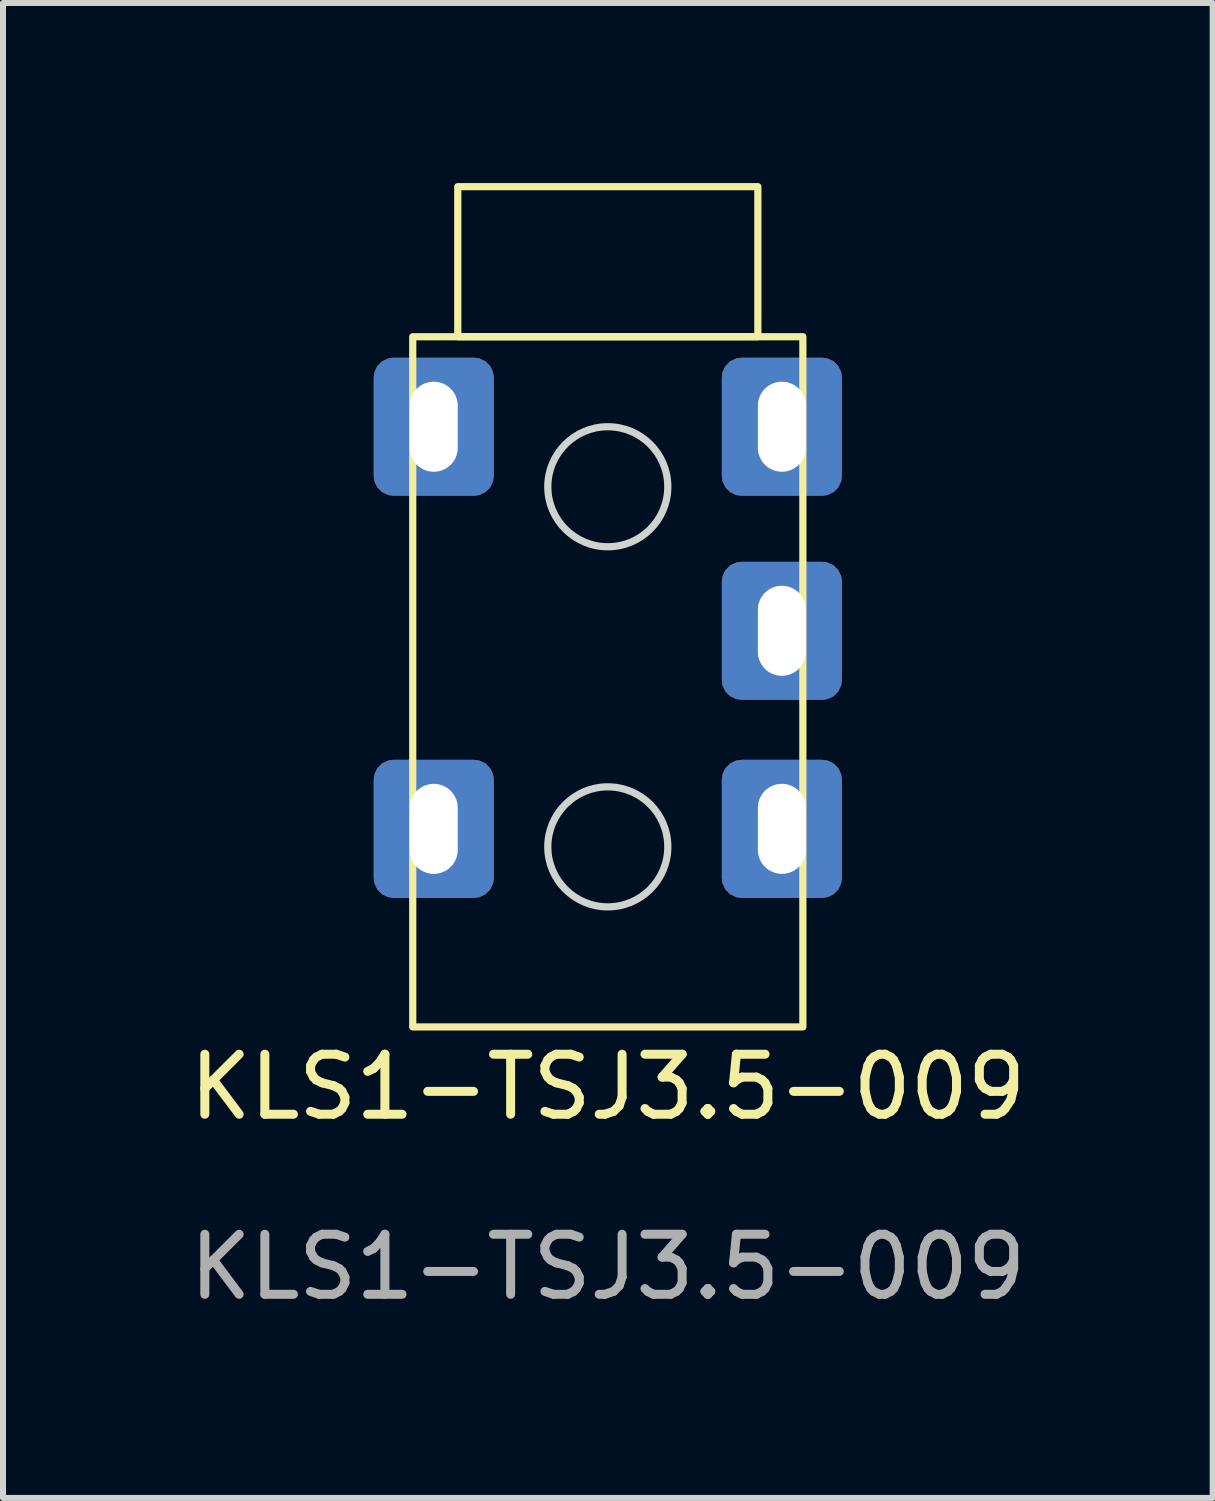
<source format=kicad_pcb>
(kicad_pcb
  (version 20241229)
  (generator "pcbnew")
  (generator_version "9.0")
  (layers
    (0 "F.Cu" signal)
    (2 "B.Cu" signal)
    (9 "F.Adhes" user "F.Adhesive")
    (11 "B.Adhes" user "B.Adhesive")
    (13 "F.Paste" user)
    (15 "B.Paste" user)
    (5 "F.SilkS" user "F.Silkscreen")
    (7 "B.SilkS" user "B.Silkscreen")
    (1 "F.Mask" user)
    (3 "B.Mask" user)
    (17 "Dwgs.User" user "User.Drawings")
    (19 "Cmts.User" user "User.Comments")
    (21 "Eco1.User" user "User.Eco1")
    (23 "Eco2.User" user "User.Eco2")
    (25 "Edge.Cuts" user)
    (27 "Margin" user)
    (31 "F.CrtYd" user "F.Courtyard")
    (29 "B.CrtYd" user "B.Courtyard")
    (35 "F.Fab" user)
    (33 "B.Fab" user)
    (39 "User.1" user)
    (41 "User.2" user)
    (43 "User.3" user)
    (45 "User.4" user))
  (footprint "KLS1-TSJ3.5-009"
    (layer "F.Cu")
    (at 7.077 8.06)
    (property "Reference" "KLS1-TSJ3.5-009" (at 0 7 0) (unlocked yes) (layer "F.SilkS") (effects (font (size 1 1) (thickness 0.15))))
    (attr through_hole)
    (fp_rect (start -3.25 -5.5) (end 3.25 6) (stroke (width 0.12) (type default)) (fill no) (layer "F.SilkS"))
    (fp_rect (start -2.5 -8) (end 2.5 -5.5) (stroke (width 0.12) (type default)) (fill no) (layer "F.SilkS"))
    (fp_circle (center 0 -3) (end 1 -3) (stroke (width 0.12) (type default)) (fill no) (layer "Edge.Cuts"))
    (fp_circle (center 0 3) (end 1 3) (stroke (width 0.12) (type default)) (fill no) (layer "Edge.Cuts"))
    (fp_text user "${REFERENCE}" (at 0 10 0) (unlocked yes) (layer "F.Fab") (effects (font (size 1 1) (thickness 0.15))))
    (pad "R" thru_hole roundrect (at 2.9 -0.6) (size 2 2.3) (drill oval 0.8 1.5) (layers "*.Cu" "*.Mask") (roundrect_rratio 0.164))
    (pad "S" thru_hole roundrect (at -2.9 -4) (size 2 2.3) (drill oval 0.8 1.5) (layers "*.Cu" "*.Mask") (roundrect_rratio 0.164))
    (pad "S" thru_hole roundrect (at 2.9 -4) (size 2 2.3) (drill oval 0.8 1.5) (layers "*.Cu" "*.Mask") (roundrect_rratio 0.164))
    (pad "T" thru_hole roundrect (at -2.9 2.7) (size 2 2.3) (drill oval 0.8 1.5) (layers "*.Cu" "*.Mask") (roundrect_rratio 0.164))
    (pad "T" thru_hole roundrect (at 2.9 2.7) (size 2 2.3) (drill oval 0.8 1.5) (layers "*.Cu" "*.Mask") (roundrect_rratio 0.164)))
  (gr_rect
    (start -3 -3)
    (end 17.155 21.908)
    (stroke (width 0.1) (type default))
    (fill no)
    (layer "Edge.Cuts")))
</source>
